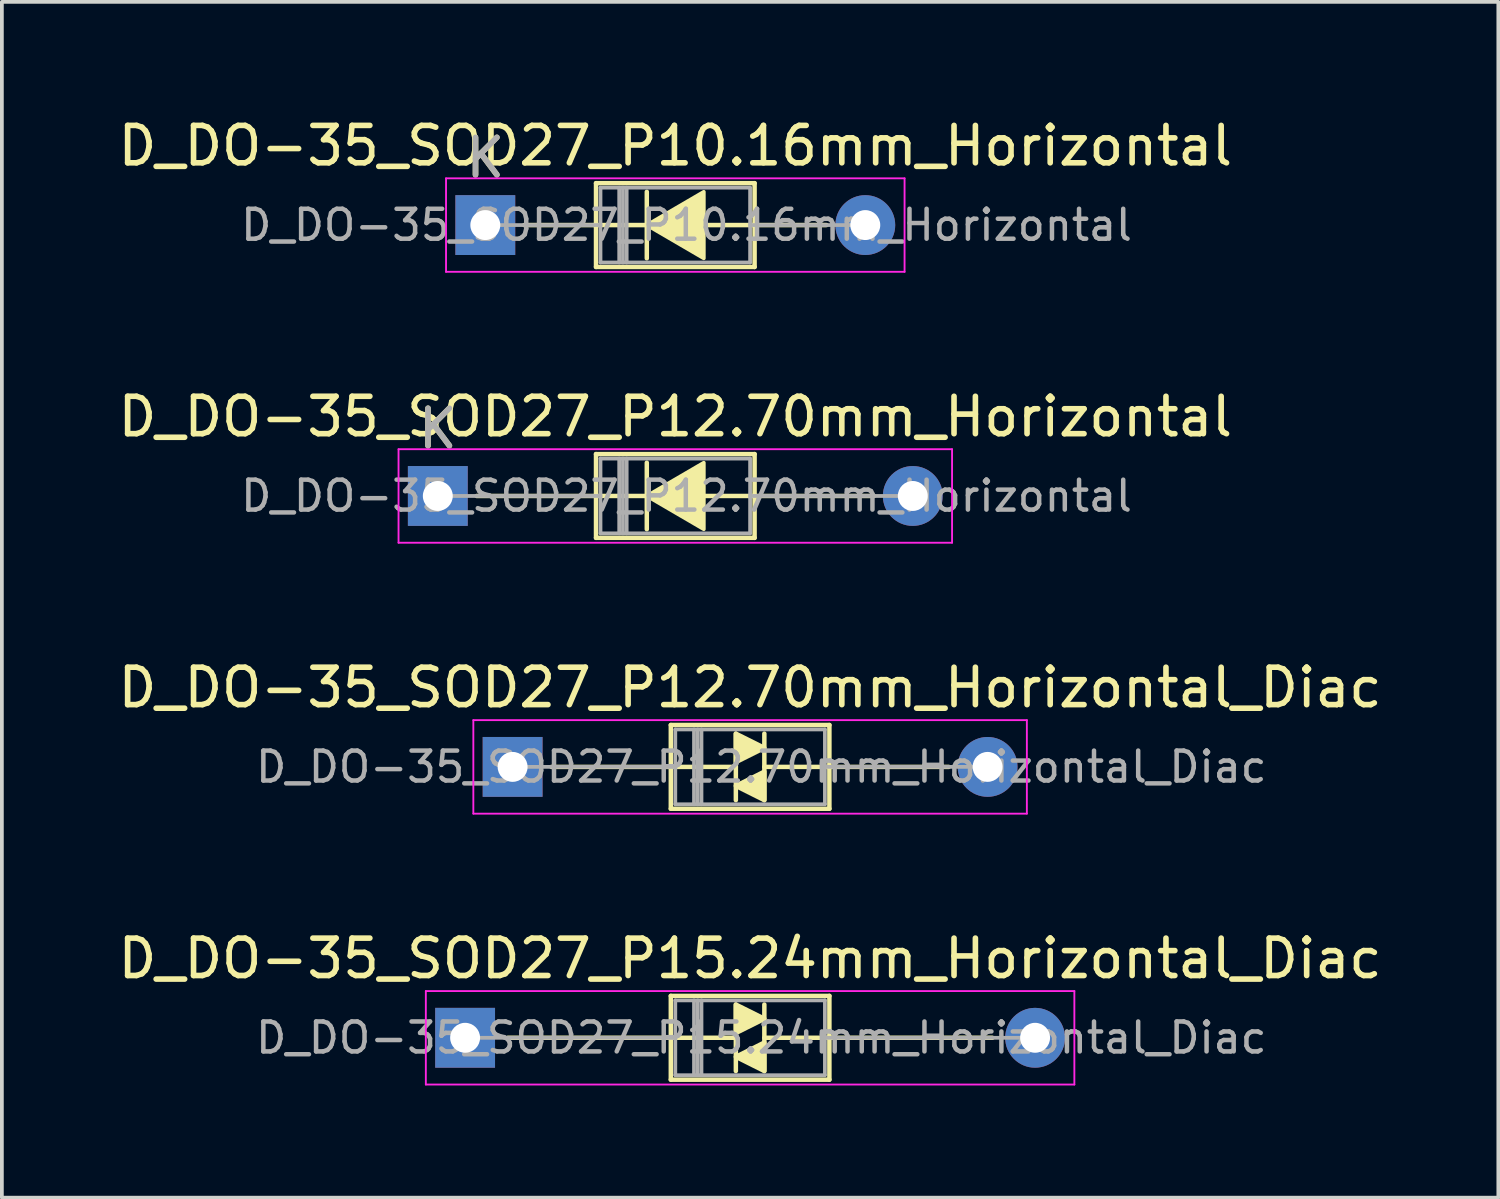
<source format=kicad_pcb>
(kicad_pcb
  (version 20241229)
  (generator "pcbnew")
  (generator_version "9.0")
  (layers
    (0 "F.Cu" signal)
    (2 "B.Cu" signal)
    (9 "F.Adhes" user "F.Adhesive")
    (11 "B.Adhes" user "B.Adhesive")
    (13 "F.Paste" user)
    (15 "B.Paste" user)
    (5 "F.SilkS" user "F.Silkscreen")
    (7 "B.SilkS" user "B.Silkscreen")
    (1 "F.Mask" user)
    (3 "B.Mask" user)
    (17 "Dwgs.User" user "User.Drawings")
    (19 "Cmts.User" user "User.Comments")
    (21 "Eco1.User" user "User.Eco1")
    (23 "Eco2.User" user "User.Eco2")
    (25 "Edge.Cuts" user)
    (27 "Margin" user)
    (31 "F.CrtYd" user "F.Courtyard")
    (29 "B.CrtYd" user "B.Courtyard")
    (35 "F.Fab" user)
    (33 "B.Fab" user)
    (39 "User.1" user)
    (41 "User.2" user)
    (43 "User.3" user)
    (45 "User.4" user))
  (footprint "D_DO-35_SOD27_P12.70mm_Horizontal_Diac"
    (layer "F.Cu")
    (at 10.656 17.455)
    (property "Reference" "D_DO-35_SOD27_P12.70mm_Horizontal_Diac" (at 6.35 -2.12 0) (layer "F.SilkS") (effects (font (size 1 1) (thickness 0.15))))
    (fp_line (start 1.04 0) (end 4.23 0) (stroke (width 0.12) (type solid)) (layer "F.SilkS"))
    (fp_line (start 4.191 0) (end 5.969 0) (stroke (width 0.12) (type solid)) (layer "F.SilkS"))
    (fp_line (start 4.23 -1.12) (end 4.23 1.12) (stroke (width 0.12) (type solid)) (layer "F.SilkS"))
    (fp_line (start 4.23 1.12) (end 8.47 1.12) (stroke (width 0.12) (type solid)) (layer "F.SilkS"))
    (fp_line (start 5.969 -0.889) (end 5.969 0.889) (stroke (width 0.12) (type solid)) (layer "F.SilkS"))
    (fp_line (start 6.731 -0.889) (end 6.731 0.889) (stroke (width 0.12) (type solid)) (layer "F.SilkS"))
    (fp_line (start 8.47 -1.12) (end 4.23 -1.12) (stroke (width 0.12) (type solid)) (layer "F.SilkS"))
    (fp_line (start 8.47 0) (end 6.731 0) (stroke (width 0.12) (type solid)) (layer "F.SilkS"))
    (fp_line (start 8.47 1.12) (end 8.47 -1.12) (stroke (width 0.12) (type solid)) (layer "F.SilkS"))
    (fp_line (start 11.66 0) (end 8.47 0) (stroke (width 0.12) (type solid)) (layer "F.SilkS"))
    (fp_poly (pts (xy 6.731 -0.508) (xy 5.969 -0.127) (xy 5.969 -0.889)) (stroke (width 0.12) (type solid)) (fill yes) (layer "F.SilkS"))
    (fp_poly (pts (xy 6.731 0.889) (xy 5.969 0.508) (xy 6.731 0.127)) (stroke (width 0.12) (type solid)) (fill yes) (layer "F.SilkS"))
    (fp_line (start -1.05 -1.25) (end -1.05 1.25) (stroke (width 0.05) (type solid)) (layer "F.CrtYd"))
    (fp_line (start -1.05 1.25) (end 13.75 1.25) (stroke (width 0.05) (type solid)) (layer "F.CrtYd"))
    (fp_line (start 13.75 -1.25) (end -1.05 -1.25) (stroke (width 0.05) (type solid)) (layer "F.CrtYd"))
    (fp_line (start 13.75 1.25) (end 13.75 -1.25) (stroke (width 0.05) (type solid)) (layer "F.CrtYd"))
    (fp_line (start 0 0) (end 4.35 0) (stroke (width 0.1) (type solid)) (layer "F.Fab"))
    (fp_line (start 4.35 -1) (end 4.35 1) (stroke (width 0.1) (type solid)) (layer "F.Fab"))
    (fp_line (start 4.35 1) (end 8.35 1) (stroke (width 0.1) (type solid)) (layer "F.Fab"))
    (fp_line (start 4.85 -1) (end 4.85 1) (stroke (width 0.1) (type solid)) (layer "F.Fab"))
    (fp_line (start 4.95 -1) (end 4.95 1) (stroke (width 0.1) (type solid)) (layer "F.Fab"))
    (fp_line (start 5.05 -1) (end 5.05 1) (stroke (width 0.1) (type solid)) (layer "F.Fab"))
    (fp_line (start 8.35 -1) (end 4.35 -1) (stroke (width 0.1) (type solid)) (layer "F.Fab"))
    (fp_line (start 8.35 1) (end 8.35 -1) (stroke (width 0.1) (type solid)) (layer "F.Fab"))
    (fp_line (start 12.7 0) (end 8.35 0) (stroke (width 0.1) (type solid)) (layer "F.Fab"))
    (fp_text user "${REFERENCE}" (at 6.65 0 0) (layer "F.Fab") (effects (font (size 0.8 0.8) (thickness 0.12))))
    (pad "1" thru_hole rect (at 0 0) (size 1.6 1.6) (drill 0.8) (layers "*.Cu" "*.Mask"))
    (pad "2" thru_hole oval (at 12.7 0) (size 1.6 1.6) (drill 0.8) (layers "*.Cu" "*.Mask")))
  (footprint "D_DO-35_SOD27_P15.24mm_Horizontal_Diac"
    (layer "F.Cu")
    (at 9.386 24.698)
    (property "Reference" "D_DO-35_SOD27_P15.24mm_Horizontal_Diac" (at 7.62 -2.12 0) (layer "F.SilkS") (effects (font (size 1 1) (thickness 0.15))))
    (fp_line (start 1.143 0) (end 5.5 0) (stroke (width 0.12) (type solid)) (layer "F.SilkS"))
    (fp_line (start 5.461 0) (end 7.239 0) (stroke (width 0.12) (type solid)) (layer "F.SilkS"))
    (fp_line (start 5.5 -1.12) (end 5.5 1.12) (stroke (width 0.12) (type solid)) (layer "F.SilkS"))
    (fp_line (start 5.5 1.12) (end 9.74 1.12) (stroke (width 0.12) (type solid)) (layer "F.SilkS"))
    (fp_line (start 7.239 -0.889) (end 7.239 0.889) (stroke (width 0.12) (type solid)) (layer "F.SilkS"))
    (fp_line (start 8.001 -0.889) (end 8.001 0.889) (stroke (width 0.12) (type solid)) (layer "F.SilkS"))
    (fp_line (start 9.74 -1.12) (end 5.5 -1.12) (stroke (width 0.12) (type solid)) (layer "F.SilkS"))
    (fp_line (start 9.74 0) (end 8.001 0) (stroke (width 0.12) (type solid)) (layer "F.SilkS"))
    (fp_line (start 9.74 1.12) (end 9.74 -1.12) (stroke (width 0.12) (type solid)) (layer "F.SilkS"))
    (fp_line (start 14.097 0) (end 9.74 0) (stroke (width 0.12) (type solid)) (layer "F.SilkS"))
    (fp_poly (pts (xy 8.001 -0.508) (xy 7.239 -0.127) (xy 7.239 -0.889)) (stroke (width 0.12) (type solid)) (fill yes) (layer "F.SilkS"))
    (fp_poly (pts (xy 8.001 0.889) (xy 7.239 0.508) (xy 8.001 0.127)) (stroke (width 0.12) (type solid)) (fill yes) (layer "F.SilkS"))
    (fp_line (start -1.05 -1.25) (end -1.05 1.25) (stroke (width 0.05) (type solid)) (layer "F.CrtYd"))
    (fp_line (start -1.05 1.25) (end 16.29 1.25) (stroke (width 0.05) (type solid)) (layer "F.CrtYd"))
    (fp_line (start 16.29 -1.25) (end -1.05 -1.25) (stroke (width 0.05) (type solid)) (layer "F.CrtYd"))
    (fp_line (start 16.29 1.25) (end 16.29 -1.25) (stroke (width 0.05) (type solid)) (layer "F.CrtYd"))
    (fp_line (start 0 0) (end 5.62 0) (stroke (width 0.1) (type solid)) (layer "F.Fab"))
    (fp_line (start 5.62 -1) (end 5.62 1) (stroke (width 0.1) (type solid)) (layer "F.Fab"))
    (fp_line (start 5.62 1) (end 9.62 1) (stroke (width 0.1) (type solid)) (layer "F.Fab"))
    (fp_line (start 6.12 -1) (end 6.12 1) (stroke (width 0.1) (type solid)) (layer "F.Fab"))
    (fp_line (start 6.22 -1) (end 6.22 1) (stroke (width 0.1) (type solid)) (layer "F.Fab"))
    (fp_line (start 6.32 -1) (end 6.32 1) (stroke (width 0.1) (type solid)) (layer "F.Fab"))
    (fp_line (start 9.62 -1) (end 5.62 -1) (stroke (width 0.1) (type solid)) (layer "F.Fab"))
    (fp_line (start 9.62 1) (end 9.62 -1) (stroke (width 0.1) (type solid)) (layer "F.Fab"))
    (fp_line (start 15.24 0) (end 9.62 0) (stroke (width 0.1) (type solid)) (layer "F.Fab"))
    (fp_text user "${REFERENCE}" (at 7.92 0 0) (layer "F.Fab") (effects (font (size 0.8 0.8) (thickness 0.12))))
    (pad "1" thru_hole rect (at 0 0) (size 1.6 1.6) (drill 0.8) (layers "*.Cu" "*.Mask"))
    (pad "2" thru_hole oval (at 15.24 0) (size 1.6 1.6) (drill 0.8) (layers "*.Cu" "*.Mask")))
  (footprint "D_DO-35_SOD27_P12.70mm_Horizontal"
    (layer "F.Cu")
    (at 8.656 10.211)
    (property "Reference" "D_DO-35_SOD27_P12.70mm_Horizontal" (at 6.35 -2.12 0) (layer "F.SilkS") (effects (font (size 1 1) (thickness 0.15))))
    (attr through_hole)
    (fp_line (start 1.04 0) (end 4.23 0) (stroke (width 0.12) (type solid)) (layer "F.SilkS"))
    (fp_line (start 4.23 -1.12) (end 4.23 1.12) (stroke (width 0.12) (type solid)) (layer "F.SilkS"))
    (fp_line (start 4.23 0) (end 5.969 0) (stroke (width 0.12) (type solid)) (layer "F.SilkS"))
    (fp_line (start 4.23 1.12) (end 8.47 1.12) (stroke (width 0.12) (type solid)) (layer "F.SilkS"))
    (fp_line (start 5.588 -0.889) (end 5.588 0.889) (stroke (width 0.12) (type solid)) (layer "F.SilkS"))
    (fp_line (start 8.47 -1.12) (end 4.23 -1.12) (stroke (width 0.12) (type solid)) (layer "F.SilkS"))
    (fp_line (start 8.47 0) (end 7.112 0) (stroke (width 0.12) (type solid)) (layer "F.SilkS"))
    (fp_line (start 8.47 1.12) (end 8.47 -1.12) (stroke (width 0.12) (type solid)) (layer "F.SilkS"))
    (fp_line (start 11.66 0) (end 8.47 0) (stroke (width 0.12) (type solid)) (layer "F.SilkS"))
    (fp_poly (pts (xy 7.112 0.889) (xy 5.588 0) (xy 7.112 -0.889)) (stroke (width 0.1) (type solid)) (fill yes) (layer "F.SilkS"))
    (fp_line (start -1.05 -1.25) (end -1.05 1.25) (stroke (width 0.05) (type solid)) (layer "F.CrtYd"))
    (fp_line (start -1.05 1.25) (end 13.75 1.25) (stroke (width 0.05) (type solid)) (layer "F.CrtYd"))
    (fp_line (start 13.75 -1.25) (end -1.05 -1.25) (stroke (width 0.05) (type solid)) (layer "F.CrtYd"))
    (fp_line (start 13.75 1.25) (end 13.75 -1.25) (stroke (width 0.05) (type solid)) (layer "F.CrtYd"))
    (fp_line (start 0 0) (end 4.35 0) (stroke (width 0.1) (type solid)) (layer "F.Fab"))
    (fp_line (start 4.35 -1) (end 4.35 1) (stroke (width 0.1) (type solid)) (layer "F.Fab"))
    (fp_line (start 4.35 1) (end 8.35 1) (stroke (width 0.1) (type solid)) (layer "F.Fab"))
    (fp_line (start 4.85 -1) (end 4.85 1) (stroke (width 0.1) (type solid)) (layer "F.Fab"))
    (fp_line (start 4.95 -1) (end 4.95 1) (stroke (width 0.1) (type solid)) (layer "F.Fab"))
    (fp_line (start 5.05 -1) (end 5.05 1) (stroke (width 0.1) (type solid)) (layer "F.Fab"))
    (fp_line (start 8.35 -1) (end 4.35 -1) (stroke (width 0.1) (type solid)) (layer "F.Fab"))
    (fp_line (start 8.35 1) (end 8.35 -1) (stroke (width 0.1) (type solid)) (layer "F.Fab"))
    (fp_line (start 12.7 0) (end 8.35 0) (stroke (width 0.1) (type solid)) (layer "F.Fab"))
    (fp_text user "K" (at 0 -1.8 0) (layer "F.SilkS") (effects (font (size 1 1) (thickness 0.15))))
    (fp_text user "${REFERENCE}" (at 6.65 0 0) (layer "F.Fab") (effects (font (size 0.8 0.8) (thickness 0.12))))
    (fp_text user "K" (at 0 -1.8 0) (layer "F.Fab") (effects (font (size 1 1) (thickness 0.15))))
    (pad "1" thru_hole rect (at 0 0) (size 1.6 1.6) (drill 0.8) (layers "*.Cu" "*.Mask"))
    (pad "2" thru_hole oval (at 12.7 0) (size 1.6 1.6) (drill 0.8) (layers "*.Cu" "*.Mask")))
  (footprint "D_DO-35_SOD27_P10.16mm_Horizontal"
    (layer "F.Cu")
    (at 9.926 2.968)
    (property "Reference" "D_DO-35_SOD27_P10.16mm_Horizontal" (at 5.08 -2.12 0) (layer "F.SilkS") (effects (font (size 1 1) (thickness 0.15))))
    (attr through_hole)
    (fp_line (start 1.04 0) (end 2.96 0) (stroke (width 0.12) (type solid)) (layer "F.SilkS"))
    (fp_line (start 2.921 0) (end 4.318 0) (stroke (width 0.12) (type solid)) (layer "F.SilkS"))
    (fp_line (start 2.96 -1.12) (end 2.96 1.12) (stroke (width 0.12) (type solid)) (layer "F.SilkS"))
    (fp_line (start 2.96 1.12) (end 7.2 1.12) (stroke (width 0.12) (type solid)) (layer "F.SilkS"))
    (fp_line (start 4.318 -0.889) (end 4.318 0.889) (stroke (width 0.12) (type solid)) (layer "F.SilkS"))
    (fp_line (start 7.2 -1.12) (end 2.96 -1.12) (stroke (width 0.12) (type solid)) (layer "F.SilkS"))
    (fp_line (start 7.2 0) (end 5.905 0) (stroke (width 0.12) (type solid)) (layer "F.SilkS"))
    (fp_line (start 7.2 1.12) (end 7.2 -1.12) (stroke (width 0.12) (type solid)) (layer "F.SilkS"))
    (fp_line (start 9.12 0) (end 7.2 0) (stroke (width 0.12) (type solid)) (layer "F.SilkS"))
    (fp_poly (pts (xy 5.842 0.889) (xy 4.318 0) (xy 5.842 -0.889)) (stroke (width 0.1) (type solid)) (fill yes) (layer "F.SilkS"))
    (fp_line (start -1.05 -1.25) (end -1.05 1.25) (stroke (width 0.05) (type solid)) (layer "F.CrtYd"))
    (fp_line (start -1.05 1.25) (end 11.21 1.25) (stroke (width 0.05) (type solid)) (layer "F.CrtYd"))
    (fp_line (start 11.21 -1.25) (end -1.05 -1.25) (stroke (width 0.05) (type solid)) (layer "F.CrtYd"))
    (fp_line (start 11.21 1.25) (end 11.21 -1.25) (stroke (width 0.05) (type solid)) (layer "F.CrtYd"))
    (fp_line (start 0 0) (end 3.08 0) (stroke (width 0.1) (type solid)) (layer "F.Fab"))
    (fp_line (start 3.08 -1) (end 3.08 1) (stroke (width 0.1) (type solid)) (layer "F.Fab"))
    (fp_line (start 3.08 1) (end 7.08 1) (stroke (width 0.1) (type solid)) (layer "F.Fab"))
    (fp_line (start 3.58 -1) (end 3.58 1) (stroke (width 0.1) (type solid)) (layer "F.Fab"))
    (fp_line (start 3.68 -1) (end 3.68 1) (stroke (width 0.1) (type solid)) (layer "F.Fab"))
    (fp_line (start 3.78 -1) (end 3.78 1) (stroke (width 0.1) (type solid)) (layer "F.Fab"))
    (fp_line (start 7.08 -1) (end 3.08 -1) (stroke (width 0.1) (type solid)) (layer "F.Fab"))
    (fp_line (start 7.08 1) (end 7.08 -1) (stroke (width 0.1) (type solid)) (layer "F.Fab"))
    (fp_line (start 10.16 0) (end 7.08 0) (stroke (width 0.1) (type solid)) (layer "F.Fab"))
    (fp_text user "K" (at 0 -1.8 0) (layer "F.SilkS") (effects (font (size 1 1) (thickness 0.15))))
    (fp_text user "K" (at 0 -1.8 0) (layer "F.Fab") (effects (font (size 1 1) (thickness 0.15))))
    (fp_text user "${REFERENCE}" (at 5.38 0 0) (layer "F.Fab") (effects (font (size 0.8 0.8) (thickness 0.12))))
    (pad "1" thru_hole rect (at 0 0) (size 1.6 1.6) (drill 0.8) (layers "*.Cu" "*.Mask"))
    (pad "2" thru_hole oval (at 10.16 0) (size 1.6 1.6) (drill 0.8) (layers "*.Cu" "*.Mask")))
  (gr_rect
    (start -3 -3)
    (end 37.012 28.973)
    (stroke (width 0.1) (type default))
    (fill no)
    (layer "Edge.Cuts")))
</source>
